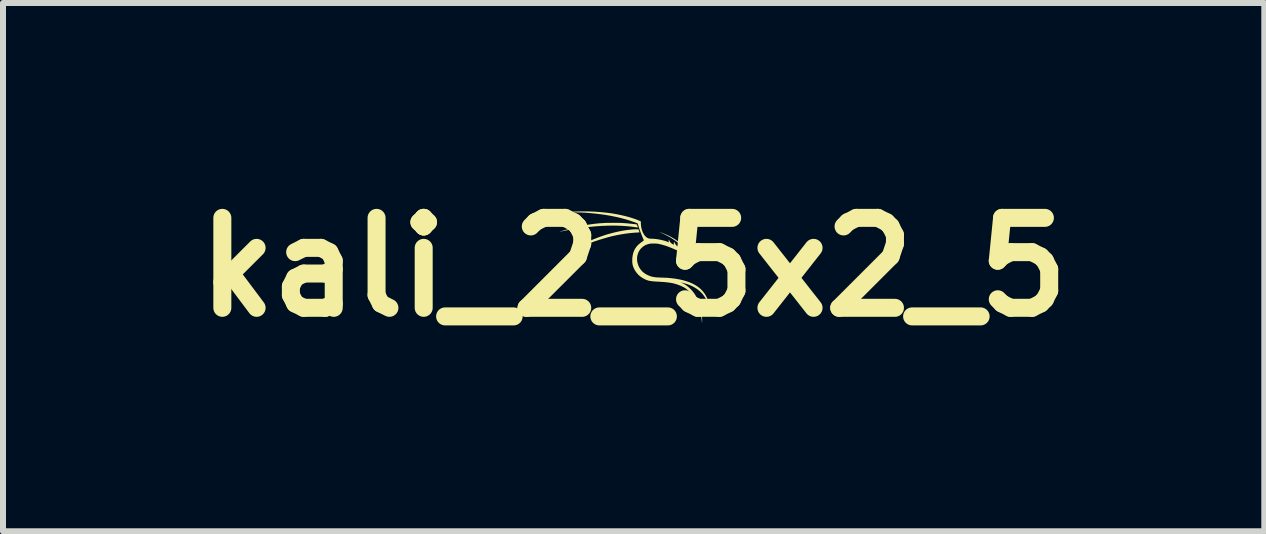
<source format=kicad_pcb>
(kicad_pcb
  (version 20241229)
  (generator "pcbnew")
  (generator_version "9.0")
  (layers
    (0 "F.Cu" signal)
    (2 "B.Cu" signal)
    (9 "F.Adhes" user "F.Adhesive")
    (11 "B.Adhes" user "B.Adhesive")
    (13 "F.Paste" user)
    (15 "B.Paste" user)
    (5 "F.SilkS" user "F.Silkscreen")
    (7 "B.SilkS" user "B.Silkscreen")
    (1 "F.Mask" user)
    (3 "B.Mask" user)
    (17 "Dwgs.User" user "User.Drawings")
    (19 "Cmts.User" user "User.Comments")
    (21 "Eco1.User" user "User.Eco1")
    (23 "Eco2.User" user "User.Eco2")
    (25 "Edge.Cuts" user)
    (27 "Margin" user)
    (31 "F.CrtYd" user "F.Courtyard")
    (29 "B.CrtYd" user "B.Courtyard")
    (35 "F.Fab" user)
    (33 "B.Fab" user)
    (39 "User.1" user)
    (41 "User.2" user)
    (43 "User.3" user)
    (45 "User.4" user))
  (footprint "kali_2_5x2_5"
    (layer "F.Cu")
    (at 7.514 1.404)
    (property "Reference" "kali_2_5x2_5" (at 0 0 0) (layer "F.SilkS") (effects (font (size 1.5 1.5) (thickness 0.3))))
    (attr board_only exclude_from_pos_files exclude_from_bom)
    (fp_poly (pts (xy -1.24 -0.587) (xy -1.242 -0.586) (xy -1.243 -0.587) (xy -1.242 -0.588)) (stroke (width 0) (type solid)) (fill yes) (layer "F.SilkS"))
    (fp_poly (pts (xy 0.439 -0.583) (xy 0.445 -0.581) (xy 0.455 -0.578) (xy 0.468 -0.573) (xy 0.483 -0.568) (xy 0.498 -0.562) (xy 0.515 -0.555) (xy 0.532 -0.548) (xy 0.548 -0.541) (xy 0.562 -0.535) (xy 0.571 -0.531) (xy 0.616 -0.508) (xy 0.661 -0.482) (xy 0.705 -0.455) (xy 0.746 -0.426) (xy 0.784 -0.396) (xy 0.803 -0.38) (xy 0.809 -0.375) (xy 0.817 -0.367) (xy 0.827 -0.358) (xy 0.837 -0.348) (xy 0.844 -0.341) (xy 0.855 -0.33) (xy 0.863 -0.322) (xy 0.868 -0.317) (xy 0.87 -0.314) (xy 0.871 -0.312) (xy 0.87 -0.31) (xy 0.868 -0.31) (xy 0.867 -0.31) (xy 0.859 -0.308) (xy 0.852 -0.308) (xy 0.847 -0.31) (xy 0.841 -0.314) (xy 0.834 -0.321) (xy 0.828 -0.327) (xy 0.811 -0.345) (xy 0.79 -0.364) (xy 0.767 -0.385) (xy 0.741 -0.406) (xy 0.714 -0.427) (xy 0.686 -0.447) (xy 0.653 -0.469) (xy 0.617 -0.492) (xy 0.579 -0.514) (xy 0.54 -0.534) (xy 0.502 -0.553) (xy 0.466 -0.569) (xy 0.463 -0.57) (xy 0.453 -0.575) (xy 0.444 -0.579) (xy 0.438 -0.581) (xy 0.436 -0.583) (xy 0.436 -0.583)) (stroke (width 0) (type solid)) (fill yes) (layer "F.SilkS"))
    (fp_poly (pts (xy 0.089 -0.607) (xy 0.093 -0.597) (xy 0.096 -0.588) (xy 0.097 -0.583) (xy 0.098 -0.581) (xy 0.095 -0.58) (xy 0.089 -0.579) (xy 0.08 -0.578) (xy 0.069 -0.578) (xy -0.004 -0.573) (xy -0.075 -0.566) (xy -0.144 -0.557) (xy -0.213 -0.546) (xy -0.282 -0.533) (xy -0.352 -0.518) (xy -0.422 -0.5) (xy -0.495 -0.479) (xy -0.571 -0.456) (xy -0.649 -0.43) (xy -0.65 -0.43) (xy -0.702 -0.411) (xy -0.756 -0.39) (xy -0.812 -0.368) (xy -0.868 -0.344) (xy -0.922 -0.319) (xy -0.973 -0.295) (xy -0.979 -0.292) (xy -0.993 -0.285) (xy -1.006 -0.279) (xy -1.016 -0.274) (xy -1.024 -0.271) (xy -1.028 -0.269) (xy -1.028 -0.269) (xy -1.024 -0.273) (xy -1.016 -0.279) (xy -1.004 -0.287) (xy -0.99 -0.297) (xy -0.974 -0.307) (xy -0.955 -0.318) (xy -0.936 -0.33) (xy -0.916 -0.342) (xy -0.896 -0.354) (xy -0.876 -0.365) (xy -0.856 -0.376) (xy -0.844 -0.383) (xy -0.783 -0.413) (xy -0.72 -0.443) (xy -0.655 -0.47) (xy -0.588 -0.496) (xy -0.52 -0.52) (xy -0.451 -0.543) (xy -0.383 -0.562) (xy -0.314 -0.58) (xy -0.247 -0.595) (xy -0.181 -0.608) (xy -0.116 -0.618) (xy -0.054 -0.625) (xy 0.005 -0.63) (xy 0.039 -0.631) (xy 0.081 -0.631)) (stroke (width 0) (type solid)) (fill yes) (layer "F.SilkS"))
    (fp_poly (pts (xy -0.303 -0.738) (xy -0.274 -0.738) (xy -0.247 -0.738) (xy -0.222 -0.737) (xy -0.2 -0.737) (xy -0.183 -0.736) (xy -0.177 -0.735) (xy -0.153 -0.734) (xy -0.128 -0.732) (xy -0.103 -0.73) (xy -0.077 -0.727) (xy -0.053 -0.725) (xy -0.029 -0.722) (xy -0.008 -0.72) (xy 0.012 -0.718) (xy 0.028 -0.716) (xy 0.041 -0.714) (xy 0.05 -0.712) (xy 0.052 -0.711) (xy 0.055 -0.709) (xy 0.058 -0.701) (xy 0.062 -0.689) (xy 0.063 -0.686) (xy 0.066 -0.676) (xy 0.069 -0.668) (xy 0.07 -0.663) (xy 0.071 -0.661) (xy 0.069 -0.661) (xy 0.062 -0.662) (xy 0.052 -0.663) (xy 0.04 -0.665) (xy 0.026 -0.667) (xy 0.024 -0.667) (xy -0.05 -0.677) (xy -0.125 -0.684) (xy -0.201 -0.689) (xy -0.278 -0.692) (xy -0.358 -0.693) (xy -0.44 -0.691) (xy -0.525 -0.688) (xy -0.614 -0.682) (xy -0.653 -0.679) (xy -0.741 -0.67) (xy -0.832 -0.659) (xy -0.923 -0.647) (xy -1.013 -0.633) (xy -1.102 -0.617) (xy -1.174 -0.602) (xy -1.19 -0.599) (xy -1.204 -0.596) (xy -1.216 -0.593) (xy -1.225 -0.591) (xy -1.231 -0.59) (xy -1.232 -0.59) (xy -1.233 -0.59) (xy -1.23 -0.591) (xy -1.224 -0.594) (xy -1.218 -0.596) (xy -1.208 -0.599) (xy -1.193 -0.604) (xy -1.175 -0.609) (xy -1.155 -0.615) (xy -1.133 -0.622) (xy -1.11 -0.628) (xy -1.087 -0.635) (xy -1.064 -0.641) (xy -1.043 -0.647) (xy -1.024 -0.652) (xy -0.954 -0.669) (xy -0.887 -0.684) (xy -0.822 -0.697) (xy -0.759 -0.708) (xy -0.696 -0.717) (xy -0.632 -0.725) (xy -0.568 -0.731) (xy -0.508 -0.735) (xy -0.491 -0.736) (xy -0.471 -0.737) (xy -0.447 -0.738) (xy -0.421 -0.738) (xy -0.392 -0.738) (xy -0.363 -0.738) (xy -0.332 -0.739)) (stroke (width 0) (type solid)) (fill yes) (layer "F.SilkS"))
    (fp_poly (pts (xy -0.755 -0.929) (xy -0.649 -0.925) (xy -0.544 -0.917) (xy -0.461 -0.909) (xy -0.395 -0.901) (xy -0.33 -0.891) (xy -0.265 -0.879) (xy -0.202 -0.866) (xy -0.142 -0.852) (xy -0.084 -0.837) (xy -0.029 -0.82) (xy 0.023 -0.803) (xy 0.07 -0.785) (xy 0.083 -0.779) (xy 0.12 -0.763) (xy 0.121 -0.729) (xy 0.123 -0.695) (xy 0.128 -0.662) (xy 0.136 -0.63) (xy 0.145 -0.6) (xy 0.157 -0.572) (xy 0.171 -0.547) (xy 0.186 -0.525) (xy 0.203 -0.507) (xy 0.221 -0.493) (xy 0.233 -0.486) (xy 0.248 -0.48) (xy 0.266 -0.476) (xy 0.286 -0.474) (xy 0.303 -0.474) (xy 0.331 -0.473) (xy 0.362 -0.47) (xy 0.394 -0.466) (xy 0.427 -0.46) (xy 0.46 -0.454) (xy 0.492 -0.446) (xy 0.522 -0.438) (xy 0.549 -0.429) (xy 0.57 -0.42) (xy 0.578 -0.416) (xy 0.584 -0.414) (xy 0.587 -0.413) (xy 0.587 -0.413) (xy 0.587 -0.415) (xy 0.586 -0.419) (xy 0.584 -0.431) (xy 0.585 -0.445) (xy 0.587 -0.45) (xy 0.59 -0.46) (xy 0.595 -0.445) (xy 0.6 -0.435) (xy 0.605 -0.424) (xy 0.608 -0.419) (xy 0.617 -0.409) (xy 0.628 -0.399) (xy 0.641 -0.389) (xy 0.655 -0.381) (xy 0.667 -0.375) (xy 0.668 -0.375) (xy 0.671 -0.374) (xy 0.672 -0.376) (xy 0.672 -0.38) (xy 0.671 -0.384) (xy 0.67 -0.391) (xy 0.67 -0.399) (xy 0.671 -0.408) (xy 0.672 -0.415) (xy 0.674 -0.421) (xy 0.675 -0.422) (xy 0.677 -0.42) (xy 0.68 -0.415) (xy 0.684 -0.407) (xy 0.686 -0.402) (xy 0.697 -0.383) (xy 0.707 -0.368) (xy 0.719 -0.356) (xy 0.734 -0.345) (xy 0.734 -0.344) (xy 0.743 -0.339) (xy 0.749 -0.335) (xy 0.753 -0.333) (xy 0.753 -0.333) (xy 0.753 -0.335) (xy 0.752 -0.341) (xy 0.752 -0.342) (xy 0.75 -0.35) (xy 0.751 -0.359) (xy 0.752 -0.366) (xy 0.755 -0.38) (xy 0.765 -0.36) (xy 0.772 -0.349) (xy 0.779 -0.338) (xy 0.789 -0.327) (xy 0.795 -0.321) (xy 0.804 -0.312) (xy 0.813 -0.304) (xy 0.821 -0.298) (xy 0.825 -0.295) (xy 0.831 -0.292) (xy 0.835 -0.29) (xy 0.84 -0.289) (xy 0.847 -0.29) (xy 0.856 -0.291) (xy 0.859 -0.291) (xy 0.87 -0.292) (xy 0.877 -0.293) (xy 0.882 -0.292) (xy 0.884 -0.291) (xy 0.885 -0.29) (xy 0.887 -0.287) (xy 0.892 -0.281) (xy 0.898 -0.271) (xy 0.904 -0.26) (xy 0.908 -0.254) (xy 0.916 -0.241) (xy 0.924 -0.229) (xy 0.93 -0.219) (xy 0.936 -0.211) (xy 0.937 -0.209) (xy 0.945 -0.199) (xy 0.949 -0.193) (xy 0.951 -0.188) (xy 0.95 -0.185) (xy 0.948 -0.182) (xy 0.947 -0.181) (xy 0.945 -0.179) (xy 0.944 -0.176) (xy 0.947 -0.173) (xy 0.952 -0.168) (xy 0.953 -0.167) (xy 0.964 -0.157) (xy 0.977 -0.147) (xy 0.99 -0.138) (xy 1.003 -0.13) (xy 1.011 -0.126) (xy 1.026 -0.12) (xy 1.044 -0.115) (xy 1.061 -0.111) (xy 1.064 -0.11) (xy 1.065 -0.109) (xy 1.063 -0.107) (xy 1.059 -0.104) (xy 1.05 -0.098) (xy 1.048 -0.096) (xy 1.037 -0.089) (xy 1.026 -0.08) (xy 1.015 -0.072) (xy 1.013 -0.07) (xy 0.998 -0.057) (xy 0.974 -0.081) (xy 0.958 -0.096) (xy 0.941 -0.11) (xy 0.923 -0.124) (xy 0.902 -0.137) (xy 0.878 -0.15) (xy 0.859 -0.16) (xy 0.842 -0.169) (xy 0.829 -0.176) (xy 0.819 -0.182) (xy 0.811 -0.188) (xy 0.806 -0.193) (xy 0.802 -0.198) (xy 0.799 -0.205) (xy 0.797 -0.21) (xy 0.795 -0.219) (xy 0.794 -0.223) (xy 0.891 -0.223) (xy 0.892 -0.216) (xy 0.896 -0.21) (xy 0.899 -0.208) (xy 0.905 -0.203) (xy 0.91 -0.198) (xy 0.91 -0.197) (xy 0.915 -0.194) (xy 0.918 -0.193) (xy 0.918 -0.194) (xy 0.917 -0.197) (xy 0.913 -0.202) (xy 0.909 -0.209) (xy 0.904 -0.217) (xy 0.899 -0.224) (xy 0.895 -0.229) (xy 0.893 -0.232) (xy 0.892 -0.232) (xy 0.892 -0.23) (xy 0.891 -0.224) (xy 0.891 -0.223) (xy 0.794 -0.223) (xy 0.794 -0.229) (xy 0.794 -0.234) (xy 0.794 -0.248) (xy 0.738 -0.273) (xy 0.69 -0.295) (xy 0.645 -0.314) (xy 0.604 -0.331) (xy 0.566 -0.345) (xy 0.53 -0.358) (xy 0.496 -0.368) (xy 0.464 -0.377) (xy 0.434 -0.384) (xy 0.404 -0.39) (xy 0.399 -0.391) (xy 0.386 -0.392) (xy 0.369 -0.394) (xy 0.35 -0.394) (xy 0.331 -0.394) (xy 0.311 -0.394) (xy 0.293 -0.393) (xy 0.278 -0.392) (xy 0.266 -0.39) (xy 0.266 -0.39) (xy 0.232 -0.381) (xy 0.202 -0.37) (xy 0.175 -0.355) (xy 0.151 -0.338) (xy 0.136 -0.324) (xy 0.116 -0.304) (xy 0.1 -0.282) (xy 0.086 -0.259) (xy 0.074 -0.232) (xy 0.064 -0.199) (xy 0.058 -0.165) (xy 0.057 -0.13) (xy 0.06 -0.095) (xy 0.068 -0.061) (xy 0.079 -0.028) (xy 0.094 0.005) (xy 0.114 0.035) (xy 0.137 0.064) (xy 0.147 0.074) (xy 0.168 0.092) (xy 0.193 0.11) (xy 0.221 0.126) (xy 0.251 0.14) (xy 0.281 0.151) (xy 0.287 0.154) (xy 0.304 0.158) (xy 0.321 0.162) (xy 0.339 0.165) (xy 0.357 0.168) (xy 0.378 0.17) (xy 0.401 0.172) (xy 0.427 0.173) (xy 0.457 0.174) (xy 0.472 0.175) (xy 0.547 0.177) (xy 0.618 0.183) (xy 0.686 0.191) (xy 0.751 0.202) (xy 0.812 0.215) (xy 0.869 0.231) (xy 0.923 0.249) (xy 0.972 0.27) (xy 1.018 0.293) (xy 1.055 0.316) (xy 1.078 0.332) (xy 1.098 0.348) (xy 1.117 0.364) (xy 1.135 0.382) (xy 1.141 0.388) (xy 1.168 0.42) (xy 1.192 0.454) (xy 1.212 0.489) (xy 1.228 0.525) (xy 1.24 0.562) (xy 1.247 0.599) (xy 1.249 0.623) (xy 1.25 0.651) (xy 1.244 0.627) (xy 1.231 0.587) (xy 1.214 0.547) (xy 1.193 0.509) (xy 1.168 0.472) (xy 1.14 0.437) (xy 1.109 0.406) (xy 1.098 0.396) (xy 1.058 0.365) (xy 1.016 0.338) (xy 0.971 0.314) (xy 0.923 0.294) (xy 0.896 0.284) (xy 0.886 0.281) (xy 0.873 0.277) (xy 0.859 0.273) (xy 0.843 0.269) (xy 0.828 0.265) (xy 0.814 0.261) (xy 0.801 0.258) (xy 0.791 0.256) (xy 0.785 0.254) (xy 0.783 0.254) (xy 0.784 0.255) (xy 0.788 0.257) (xy 0.796 0.26) (xy 0.8 0.262) (xy 0.833 0.277) (xy 0.865 0.296) (xy 0.897 0.319) (xy 0.928 0.345) (xy 0.949 0.365) (xy 0.978 0.396) (xy 1.004 0.429) (xy 1.027 0.462) (xy 1.048 0.499) (xy 1.067 0.536) (xy 1.09 0.593) (xy 1.109 0.652) (xy 1.124 0.713) (xy 1.135 0.777) (xy 1.141 0.842) (xy 1.142 0.869) (xy 1.142 0.888) (xy 1.143 0.902) (xy 1.142 0.912) (xy 1.142 0.918) (xy 1.141 0.921) (xy 1.141 0.921) (xy 1.139 0.921) (xy 1.138 0.916) (xy 1.138 0.913) (xy 1.137 0.904) (xy 1.136 0.892) (xy 1.135 0.878) (xy 1.133 0.862) (xy 1.131 0.847) (xy 1.128 0.832) (xy 1.127 0.822) (xy 1.115 0.768) (xy 1.1 0.716) (xy 1.082 0.666) (xy 1.063 0.617) (xy 1.041 0.571) (xy 1.017 0.527) (xy 0.991 0.487) (xy 0.964 0.449) (xy 0.936 0.416) (xy 0.906 0.386) (xy 0.875 0.36) (xy 0.857 0.348) (xy 0.837 0.336) (xy 0.813 0.324) (xy 0.786 0.311) (xy 0.757 0.3) (xy 0.728 0.289) (xy 0.698 0.28) (xy 0.68 0.275) (xy 0.657 0.269) (xy 0.633 0.264) (xy 0.608 0.26) (xy 0.581 0.256) (xy 0.551 0.253) (xy 0.519 0.249) (xy 0.483 0.247) (xy 0.444 0.244) (xy 0.404 0.242) (xy 0.371 0.24) (xy 0.342 0.238) (xy 0.317 0.236) (xy 0.295 0.233) (xy 0.275 0.23) (xy 0.258 0.227) (xy 0.242 0.223) (xy 0.227 0.218) (xy 0.212 0.213) (xy 0.197 0.206) (xy 0.181 0.199) (xy 0.179 0.198) (xy 0.141 0.176) (xy 0.107 0.152) (xy 0.076 0.124) (xy 0.049 0.093) (xy 0.025 0.059) (xy 0.009 0.03) (xy -0.003 0.003) (xy -0.012 -0.022) (xy -0.018 -0.048) (xy -0.022 -0.076) (xy -0.023 -0.107) (xy -0.023 -0.115) (xy -0.021 -0.158) (xy -0.015 -0.198) (xy -0.006 -0.237) (xy 0.008 -0.275) (xy 0.009 -0.278) (xy 0.025 -0.308) (xy 0.045 -0.337) (xy 0.069 -0.365) (xy 0.098 -0.391) (xy 0.13 -0.416) (xy 0.13 -0.416) (xy 0.141 -0.424) (xy 0.152 -0.431) (xy 0.16 -0.437) (xy 0.165 -0.441) (xy 0.167 -0.442) (xy 0.168 -0.444) (xy 0.169 -0.446) (xy 0.169 -0.448) (xy 0.168 -0.453) (xy 0.165 -0.46) (xy 0.161 -0.471) (xy 0.157 -0.48) (xy 0.145 -0.508) (xy 0.133 -0.538) (xy 0.121 -0.569) (xy 0.109 -0.6) (xy 0.098 -0.63) (xy 0.089 -0.659) (xy 0.08 -0.685) (xy 0.074 -0.708) (xy 0.072 -0.713) (xy 0.068 -0.729) (xy 0.053 -0.735) (xy -0.006 -0.756) (xy -0.061 -0.775) (xy -0.115 -0.792) (xy -0.168 -0.807) (xy -0.221 -0.821) (xy -0.276 -0.834) (xy -0.333 -0.846) (xy -0.393 -0.858) (xy -0.396 -0.858) (xy -0.47 -0.871) (xy -0.549 -0.882) (xy -0.63 -0.892) (xy -0.712 -0.9) (xy -0.795 -0.907) (xy -0.878 -0.911) (xy -0.958 -0.914) (xy -1.036 -0.915) (xy -1.079 -0.915) (xy -1.098 -0.915) (xy -1.112 -0.915) (xy -1.121 -0.915) (xy -1.126 -0.916) (xy -1.126 -0.916) (xy -1.121 -0.917) (xy -1.11 -0.918) (xy -1.096 -0.92) (xy -1.076 -0.921) (xy -1.071 -0.921) (xy -0.967 -0.927) (xy -0.862 -0.93)) (stroke (width 0) (type solid)) (fill yes) (layer "F.SilkS")))
  (gr_rect
    (start -3 -3)
    (end 18.029 5.808)
    (stroke (width 0.1) (type default))
    (fill no)
    (layer "Edge.Cuts")))
</source>
